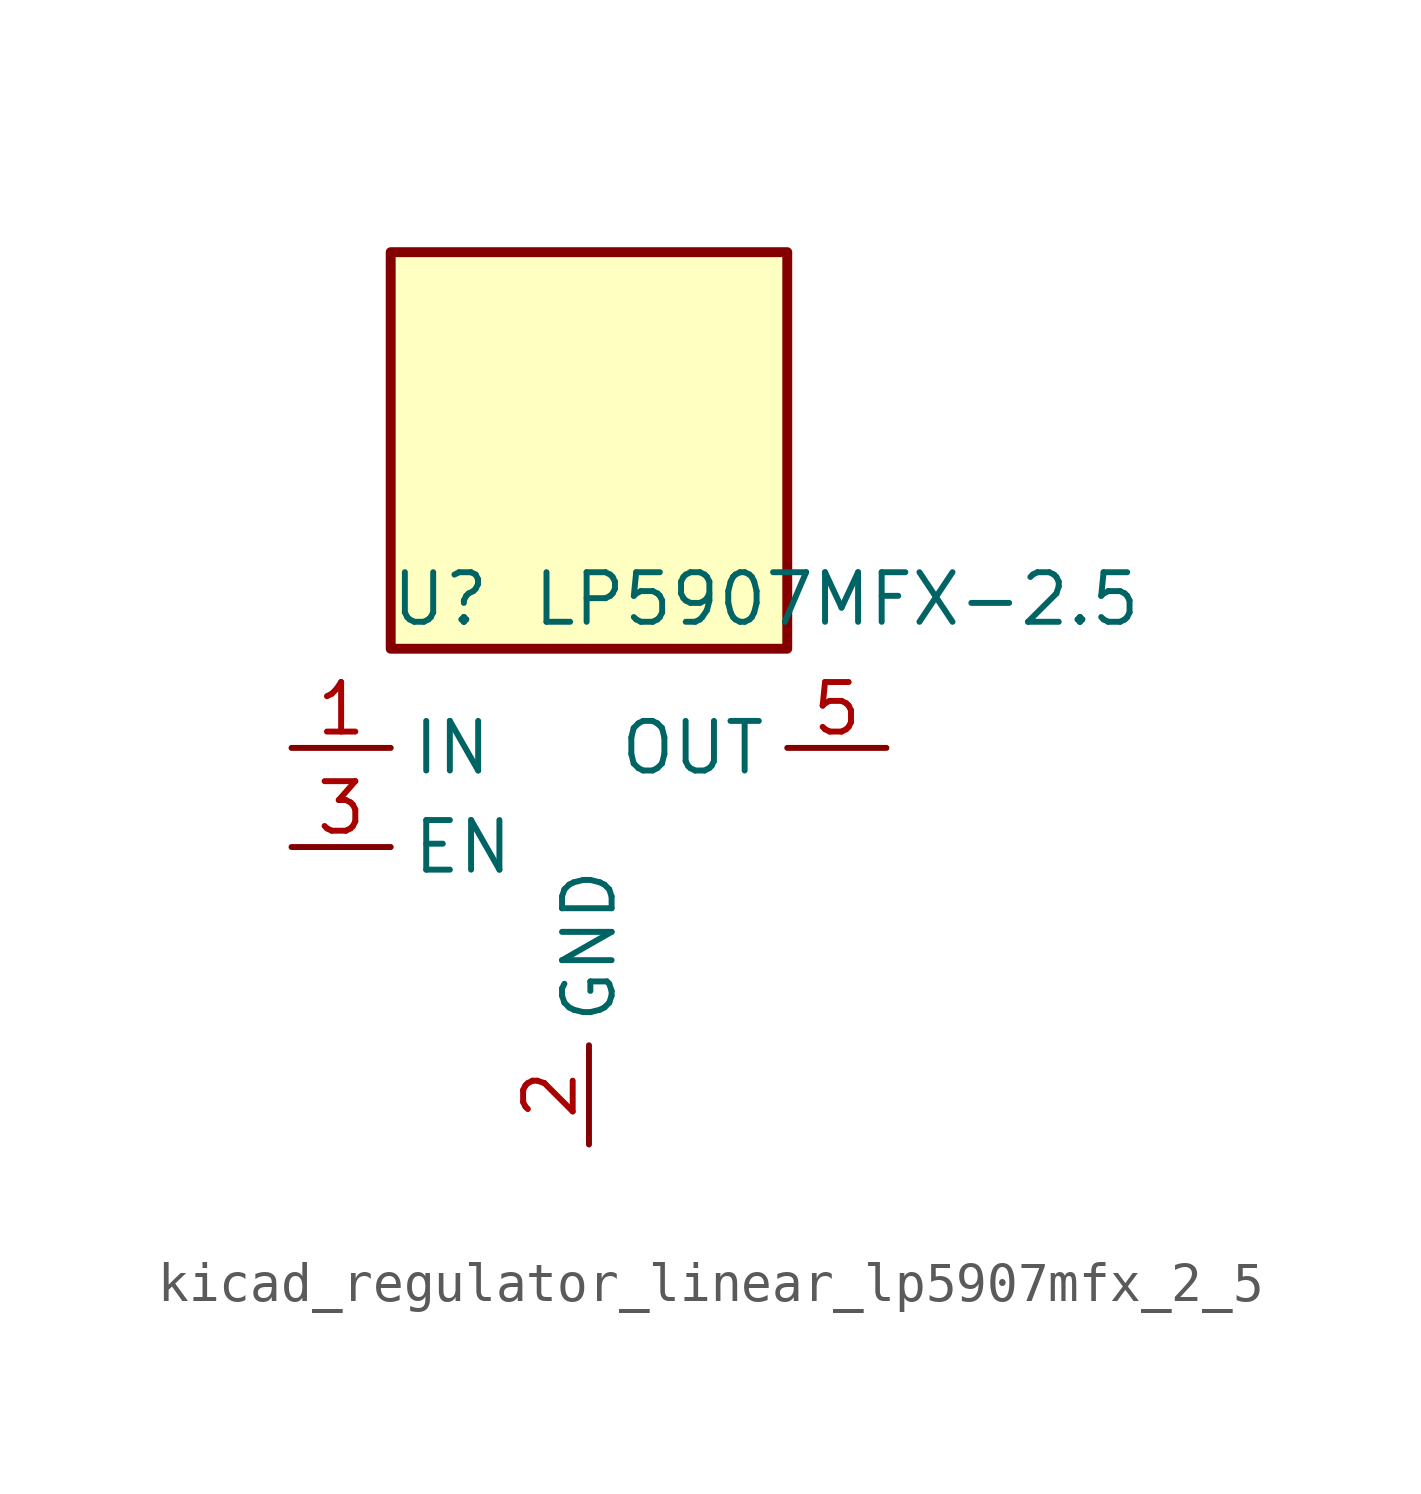
<source format=kicad_sym>
(kicad_symbol_lib
  (version 20220914)
  (generator kicad_symbol_editor)
  (symbol "kicad_regulator_linear_lp5907mfx_2_5"
    (property "Reference" "U"
      (at -3.81 6.35 0)
      (effects (font (size 1.27 1.27))))
    (property "Value" "LP5907MFX-2.5"
      (at 6.35 6.35 0)
      (effects (font (size 1.27 1.27))))
    (symbol "kicad_regulator_linear_lp5907mfx_2_5_0_1"
      (rectangle (start 5.08 15.24) (end -5.08 5.08) (stroke (width 0.254) (type default)) (fill (type background)))
      (pin power_in line (at -7.62 2.54 0) (length 2.54) (name "IN" (effects (font (size 1.27 1.27)))) (number "1" (effects (font (size 1.27 1.27)))))
      (pin power_in line (at 0 -7.62 90) (length 2.54) (name "GND" (effects (font (size 1.27 1.27)))) (number "2" (effects (font (size 1.27 1.27)))))
      (pin input line (at -7.62 0 0) (length 2.54) (name "EN" (effects (font (size 1.27 1.27)))) (number "3" (effects (font (size 1.27 1.27)))))
      (pin no_connect line (at 5.08 0 180) (length 2.54) hide (name "NC" (effects (font (size 1.27 1.27)))) (number "4" (effects (font (size 1.27 1.27)))))
      (pin power_out line (at 7.62 2.54 180) (length 2.54) (name "OUT" (effects (font (size 1.27 1.27)))) (number "5" (effects (font (size 1.27 1.27))))))))
</source>
